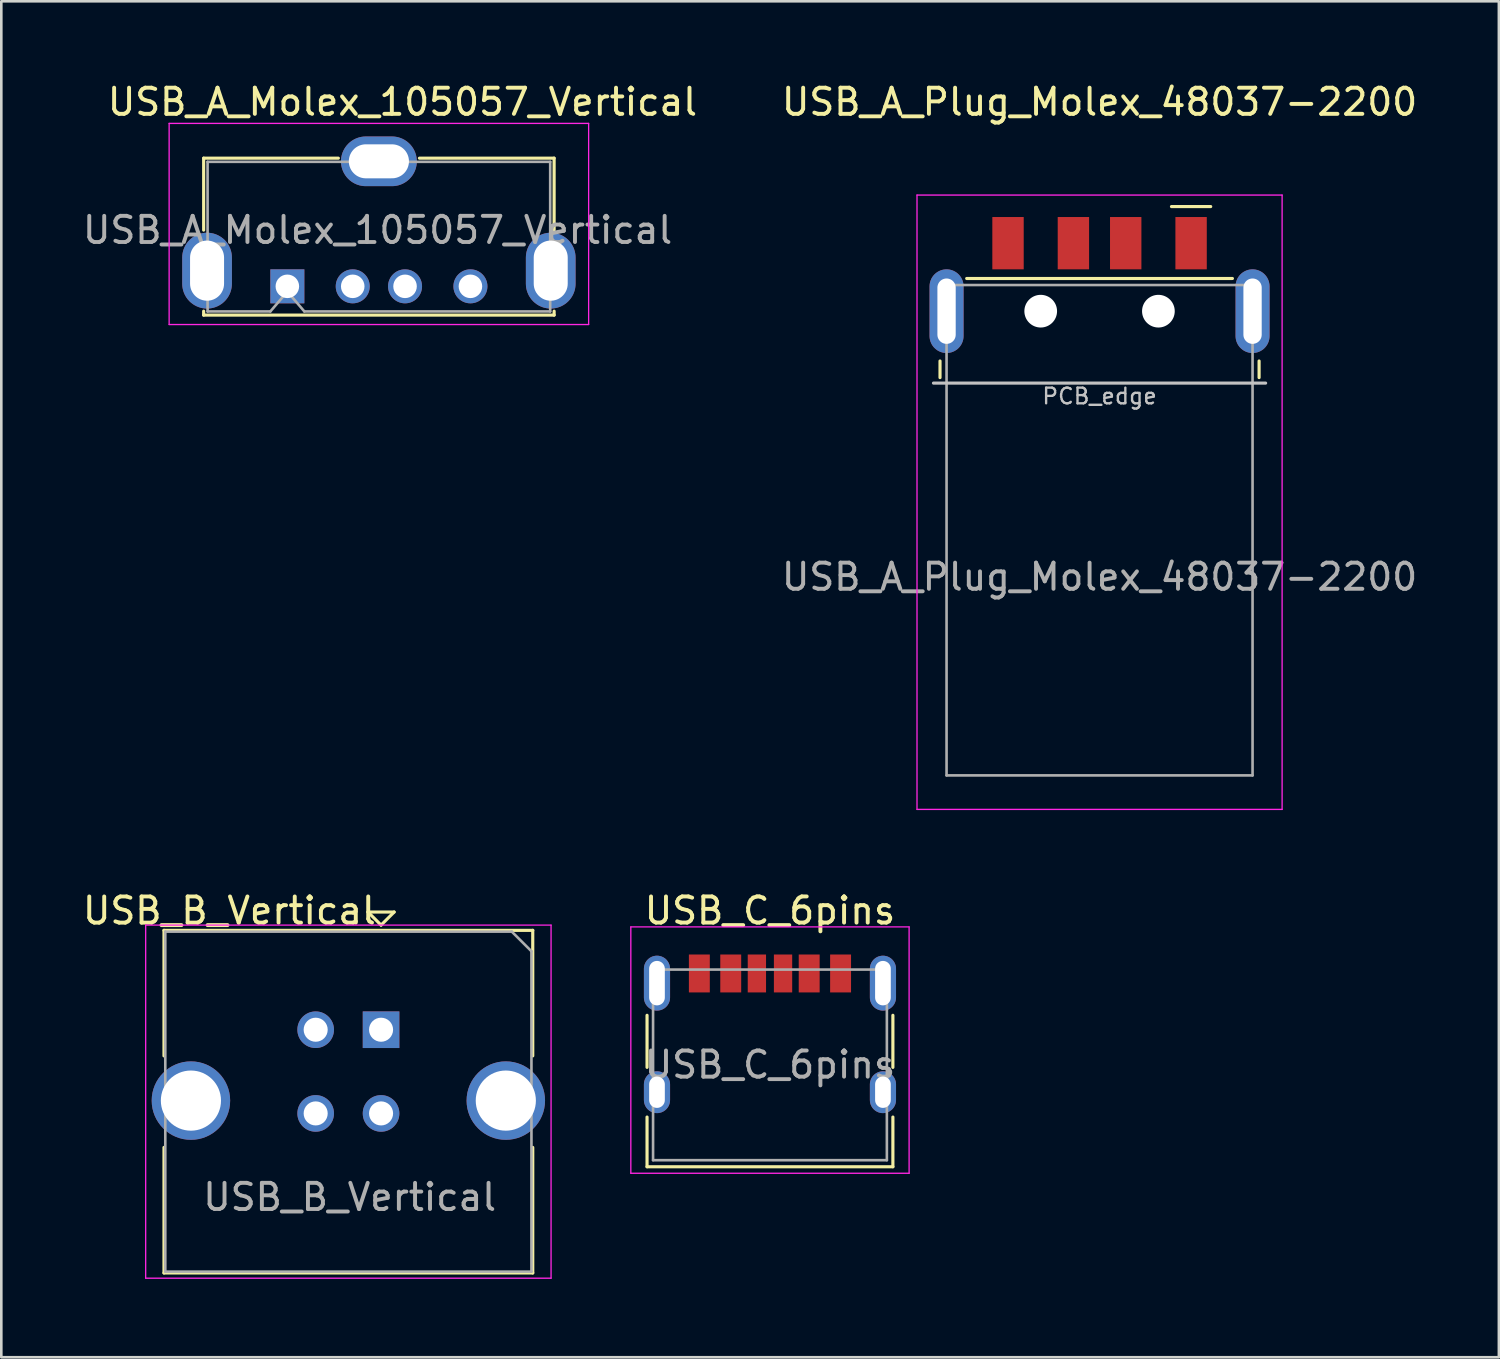
<source format=kicad_pcb>
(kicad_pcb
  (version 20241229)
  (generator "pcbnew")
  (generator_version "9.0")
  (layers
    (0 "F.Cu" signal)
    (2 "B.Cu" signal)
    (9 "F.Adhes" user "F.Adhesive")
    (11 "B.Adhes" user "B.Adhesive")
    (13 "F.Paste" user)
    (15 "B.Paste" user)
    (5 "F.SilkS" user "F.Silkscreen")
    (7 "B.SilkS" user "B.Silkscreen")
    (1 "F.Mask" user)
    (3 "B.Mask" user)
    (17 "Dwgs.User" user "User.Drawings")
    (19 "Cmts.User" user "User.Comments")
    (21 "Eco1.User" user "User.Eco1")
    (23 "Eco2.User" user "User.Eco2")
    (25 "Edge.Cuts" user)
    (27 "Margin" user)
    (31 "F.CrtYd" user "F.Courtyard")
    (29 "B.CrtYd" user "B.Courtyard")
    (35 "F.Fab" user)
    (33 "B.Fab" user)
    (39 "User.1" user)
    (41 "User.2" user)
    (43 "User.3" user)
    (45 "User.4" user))
  (footprint "USB_A_Plug_Molex_48037-2200"
    (layer "F.Cu")
    (at 38.992 7.848)
    (property "Reference" "USB_A_Plug_Molex_48037-2200" (at 0 -7 0) (layer "F.SilkS") (effects (font (size 1 1) (thickness 0.15))))
    (attr smd)
    (fp_line (start -6.1 2.905) (end -6.1 3.54) (stroke (width 0.12) (type solid)) (layer "F.SilkS"))
    (fp_line (start 2.75 -3) (end 4.25 -3) (stroke (width 0.12) (type solid)) (layer "F.SilkS"))
    (fp_line (start 5.08 -0.25) (end -5.08 -0.25) (stroke (width 0.12) (type solid)) (layer "F.SilkS"))
    (fp_line (start 6.1 2.905) (end 6.1 3.54) (stroke (width 0.12) (type solid)) (layer "F.SilkS"))
    (fp_line (start -6.35 3.75) (end 6.35 3.75) (stroke (width 0.12) (type solid)) (layer "Dwgs.User"))
    (fp_line (start -6.98 -3.44) (end 6.98 -3.44) (stroke (width 0.05) (type solid)) (layer "F.CrtYd"))
    (fp_line (start -6.98 20.05) (end -6.98 -3.44) (stroke (width 0.05) (type solid)) (layer "F.CrtYd"))
    (fp_line (start 6.98 -3.44) (end 6.98 20.05) (stroke (width 0.05) (type solid)) (layer "F.CrtYd"))
    (fp_line (start 6.98 20.05) (end -6.98 20.05) (stroke (width 0.05) (type solid)) (layer "F.CrtYd"))
    (fp_line (start -5.85 0) (end -5.85 18.75) (stroke (width 0.1) (type solid)) (layer "F.Fab"))
    (fp_line (start -5.85 0) (end 5.85 0) (stroke (width 0.1) (type solid)) (layer "F.Fab"))
    (fp_line (start -5.85 18.75) (end 5.85 18.75) (stroke (width 0.1) (type solid)) (layer "F.Fab"))
    (fp_line (start 5.85 0) (end 5.85 18.75) (stroke (width 0.1) (type solid)) (layer "F.Fab"))
    (fp_text user "PCB_edge" (at 0 4.25 0) (layer "Dwgs.User") (effects (font (size 0.6 0.6) (thickness 0.09))))
    (fp_text user "${REFERENCE}" (at 0 11.16 0) (layer "F.Fab") (effects (font (size 1 1) (thickness 0.15))))
    (pad "" np_thru_hole circle (at -2.25 1) (size 1.25 1.25) (drill 1.25) (layers "*.Cu" "*.Mask"))
    (pad "" np_thru_hole circle (at 2.25 1) (size 1.25 1.25) (drill 1.25) (layers "*.Cu" "*.Mask"))
    (pad "1" smd rect (at 3.5 -1.6) (size 1.2 2) (layers "F.Cu" "F.Mask" "F.Paste"))
    (pad "2" smd rect (at 1 -1.6) (size 1.2 2) (layers "F.Cu" "F.Mask" "F.Paste"))
    (pad "3" smd rect (at -1 -1.6) (size 1.2 2) (layers "F.Cu" "F.Mask" "F.Paste"))
    (pad "4" smd rect (at -3.5 -1.6) (size 1.2 2) (layers "F.Cu" "F.Mask" "F.Paste"))
    (pad "5" thru_hole oval (at -5.85 1) (size 1.3 3.2) (drill oval 0.7 2.5) (layers "*.Cu" "*.Mask"))
    (pad "5" thru_hole oval (at 5.85 1) (size 1.3 3.2) (drill oval 0.7 2.5) (layers "*.Cu" "*.Mask")))
  (footprint "USB_A_Molex_105057_Vertical"
    (layer "F.Cu")
    (at 7.937 7.898)
    (property "Reference" "USB_A_Molex_105057_Vertical" (at 4.4 -7.05 0) (layer "F.SilkS") (effects (font (size 1 1) (thickness 0.15))))
    (attr through_hole)
    (fp_line (start -3.2 -4.9) (end -3.2 -2.15) (stroke (width 0.12) (type solid)) (layer "F.SilkS"))
    (fp_line (start -3.2 -4.9) (end 1.95 -4.9) (stroke (width 0.12) (type solid)) (layer "F.SilkS"))
    (fp_line (start -3.2 1.1) (end -3.2 0.95) (stroke (width 0.12) (type solid)) (layer "F.SilkS"))
    (fp_line (start 10.2 -4.9) (end 5.05 -4.9) (stroke (width 0.12) (type solid)) (layer "F.SilkS"))
    (fp_line (start 10.2 -4.9) (end 10.2 -2.15) (stroke (width 0.12) (type solid)) (layer "F.SilkS"))
    (fp_line (start 10.2 1.1) (end -3.2 1.1) (stroke (width 0.12) (type solid)) (layer "F.SilkS"))
    (fp_line (start 10.2 1.1) (end 10.2 0.95) (stroke (width 0.12) (type solid)) (layer "F.SilkS"))
    (fp_line (start -4.52 -6.23) (end 11.52 -6.23) (stroke (width 0.05) (type solid)) (layer "F.CrtYd"))
    (fp_line (start -4.52 1.46) (end -4.52 -6.23) (stroke (width 0.05) (type solid)) (layer "F.CrtYd"))
    (fp_line (start 11.52 -6.23) (end 11.52 1.46) (stroke (width 0.05) (type solid)) (layer "F.CrtYd"))
    (fp_line (start 11.52 1.46) (end -4.52 1.46) (stroke (width 0.05) (type solid)) (layer "F.CrtYd"))
    (fp_line (start -3.05 -4.76) (end 10.05 -4.76) (stroke (width 0.1) (type solid)) (layer "F.Fab"))
    (fp_line (start -3.05 0.96) (end -3.05 -4.76) (stroke (width 0.1) (type solid)) (layer "F.Fab"))
    (fp_line (start -0.65 0.96) (end -3.05 0.96) (stroke (width 0.1) (type solid)) (layer "F.Fab"))
    (fp_line (start -0.65 0.96) (end 0 0.2) (stroke (width 0.1) (type solid)) (layer "F.Fab"))
    (fp_line (start 0 0.2) (end 0.65 0.96) (stroke (width 0.1) (type solid)) (layer "F.Fab"))
    (fp_line (start 10.05 -4.76) (end 10.05 0.96) (stroke (width 0.1) (type solid)) (layer "F.Fab"))
    (fp_line (start 10.05 0.96) (end 0.65 0.96) (stroke (width 0.1) (type solid)) (layer "F.Fab"))
    (fp_text user "${REFERENCE}" (at 3.45 -2.15 0) (layer "F.Fab") (effects (font (size 1 1) (thickness 0.15))))
    (pad "1" thru_hole rect (at 0 0) (size 1.3 1.3) (drill 0.9) (layers "*.Cu" "*.Mask"))
    (pad "2" thru_hole circle (at 2.5 0) (size 1.3 1.3) (drill 0.9) (layers "*.Cu" "*.Mask"))
    (pad "3" thru_hole circle (at 4.5 0) (size 1.3 1.3) (drill 0.9) (layers "*.Cu" "*.Mask"))
    (pad "4" thru_hole circle (at 7 0) (size 1.3 1.3) (drill 0.9) (layers "*.Cu" "*.Mask"))
    (pad "5" thru_hole oval (at -3.07 -0.6 180) (size 1.9 2.9) (drill oval 1.3 2.3) (layers "*.Cu" "*.Mask"))
    (pad "5" thru_hole oval (at 3.5 -4.78 90) (size 1.9 2.9) (drill oval 1.3 2.3) (layers "*.Cu" "*.Mask"))
    (pad "5" thru_hole oval (at 10.07 -0.6) (size 1.9 2.9) (drill oval 1.3 2.3) (layers "*.Cu" "*.Mask")))
  (footprint "USB_B_Vertical"
    (layer "F.Cu")
    (at 11.52 36.322)
    (property "Reference" "USB_B_Vertical" (at -5.8 -4.55 0) (layer "F.SilkS") (effects (font (size 1 1) (thickness 0.15))))
    (attr through_hole)
    (fp_line (start -8.3 -3.8) (end 5.8 -3.8) (stroke (width 0.12) (type solid)) (layer "F.SilkS"))
    (fp_line (start -8.3 1) (end -8.3 -3.8) (stroke (width 0.12) (type solid)) (layer "F.SilkS"))
    (fp_line (start -8.3 9.3) (end -8.3 4.5) (stroke (width 0.12) (type solid)) (layer "F.SilkS"))
    (fp_line (start -0.5 -4.5) (end 0 -4) (stroke (width 0.12) (type solid)) (layer "F.SilkS"))
    (fp_line (start 0 -4) (end 0.5 -4.5) (stroke (width 0.12) (type solid)) (layer "F.SilkS"))
    (fp_line (start 0.5 -4.5) (end -0.5 -4.5) (stroke (width 0.12) (type solid)) (layer "F.SilkS"))
    (fp_line (start 5.8 -3.8) (end 5.8 1) (stroke (width 0.12) (type solid)) (layer "F.SilkS"))
    (fp_line (start 5.8 4.5) (end 5.8 9.3) (stroke (width 0.12) (type solid)) (layer "F.SilkS"))
    (fp_line (start 5.8 9.3) (end -8.3 9.3) (stroke (width 0.12) (type solid)) (layer "F.SilkS"))
    (fp_line (start -9 -4) (end -9 9.5) (stroke (width 0.05) (type solid)) (layer "F.CrtYd"))
    (fp_line (start -9 -4) (end 6.5 -4) (stroke (width 0.05) (type solid)) (layer "F.CrtYd"))
    (fp_line (start 6.5 9.5) (end -9 9.5) (stroke (width 0.05) (type solid)) (layer "F.CrtYd"))
    (fp_line (start 6.5 9.5) (end 6.5 -4) (stroke (width 0.05) (type solid)) (layer "F.CrtYd"))
    (fp_line (start -8.25 -3.75) (end 5 -3.75) (stroke (width 0.1) (type solid)) (layer "F.Fab"))
    (fp_line (start -8.25 9.25) (end -8.25 -3.75) (stroke (width 0.1) (type solid)) (layer "F.Fab"))
    (fp_line (start 5 -3.75) (end 5.75 -3) (stroke (width 0.1) (type solid)) (layer "F.Fab"))
    (fp_line (start 5.75 -3) (end 5.75 9.25) (stroke (width 0.1) (type solid)) (layer "F.Fab"))
    (fp_line (start 5.75 9.25) (end -8.25 9.25) (stroke (width 0.1) (type solid)) (layer "F.Fab"))
    (fp_text user "${REFERENCE}" (at -1.2 6.4 0) (layer "F.Fab") (effects (font (size 1 1) (thickness 0.15))))
    (pad "1" thru_hole rect (at 0 0) (size 1.4 1.4) (drill 0.92) (layers "*.Cu" "*.Mask"))
    (pad "2" thru_hole circle (at -2.5 0) (size 1.4 1.4) (drill 0.92) (layers "*.Cu" "*.Mask"))
    (pad "3" thru_hole circle (at -2.5 3.2) (size 1.4 1.4) (drill 0.92) (layers "*.Cu" "*.Mask"))
    (pad "4" thru_hole circle (at 0 3.2) (size 1.4 1.4) (drill 0.92) (layers "*.Cu" "*.Mask"))
    (pad "5" thru_hole circle (at -7.27 2.71) (size 3 3) (drill 2.3) (layers "*.Cu" "*.Mask"))
    (pad "5" thru_hole circle (at 4.77 2.71) (size 3 3) (drill 2.3) (layers "*.Cu" "*.Mask")))
  (footprint "USB_C_6pins"
    (layer "F.Cu")
    (at 26.39 36.481)
    (property "Reference" "USB_C_6pins" (at 0 -4.71 0) (layer "F.SilkS") (effects (font (size 1 1) (thickness 0.15))))
    (attr smd)
    (fp_line (start -4.7 -0.71) (end -4.7 1.28) (stroke (width 0.12) (type solid)) (layer "F.SilkS"))
    (fp_line (start -4.7 3.18) (end -4.7 5.08) (stroke (width 0.12) (type solid)) (layer "F.SilkS"))
    (fp_line (start -4.7 5.08) (end 4.7 5.08) (stroke (width 0.12) (type solid)) (layer "F.SilkS"))
    (fp_line (start 4.7 -0.71) (end 4.7 1.28) (stroke (width 0.12) (type solid)) (layer "F.SilkS"))
    (fp_line (start 4.7 3.18) (end 4.7 5.08) (stroke (width 0.12) (type solid)) (layer "F.SilkS"))
    (fp_line (start -5.32 -4.09) (end -5.32 5.33) (stroke (width 0.05) (type solid)) (layer "F.CrtYd"))
    (fp_line (start -5.32 -4.09) (end 5.32 -4.09) (stroke (width 0.05) (type solid)) (layer "F.CrtYd"))
    (fp_line (start -5.32 5.33) (end 5.32 5.33) (stroke (width 0.05) (type solid)) (layer "F.CrtYd"))
    (fp_line (start 5.32 -4.09) (end 5.32 5.33) (stroke (width 0.05) (type solid)) (layer "F.CrtYd"))
    (fp_line (start -4.47 -2.46) (end -4.47 4.83) (stroke (width 0.1) (type solid)) (layer "F.Fab"))
    (fp_line (start -4.47 -2.46) (end 4.47 -2.46) (stroke (width 0.1) (type solid)) (layer "F.Fab"))
    (fp_line (start -4.47 4.83) (end 4.47 4.83) (stroke (width 0.1) (type solid)) (layer "F.Fab"))
    (fp_line (start 4.47 -2.46) (end 4.47 4.83) (stroke (width 0.1) (type solid)) (layer "F.Fab"))
    (fp_text user "${REFERENCE}" (at 0 1.18 0) (layer "F.Fab") (effects (font (size 1 1) (thickness 0.15))))
    (pad "A5" smd rect (at -0.5 -2.31) (size 0.7 1.45) (layers "F.Cu" "F.Mask" "F.Paste"))
    (pad "A9" smd rect (at 1.5 -2.31) (size 0.8 1.45) (layers "F.Cu" "F.Mask" "F.Paste"))
    (pad "A12" smd rect (at 2.7 -2.31) (size 0.8 1.45) (layers "F.Cu" "F.Mask" "F.Paste"))
    (pad "B5" smd rect (at 0.5 -2.31) (size 0.7 1.45) (layers "F.Cu" "F.Mask" "F.Paste"))
    (pad "B9" smd rect (at -1.5 -2.31) (size 0.8 1.45) (layers "F.Cu" "F.Mask" "F.Paste"))
    (pad "B12" smd rect (at -2.7 -2.31) (size 0.8 1.45) (layers "F.Cu" "F.Mask" "F.Paste"))
    (pad "S1" thru_hole oval (at -4.32 -1.94) (size 1 2.1) (drill oval 0.6 1.7) (layers "*.Cu" "*.Mask"))
    (pad "S1" thru_hole oval (at -4.32 2.23) (size 1 1.6) (drill oval 0.6 1.2) (layers "*.Cu" "*.Mask"))
    (pad "S1" thru_hole oval (at 4.32 -1.94) (size 1 2.1) (drill oval 0.6 1.7) (layers "*.Cu" "*.Mask"))
    (pad "S1" thru_hole oval (at 4.32 2.23) (size 1 1.6) (drill oval 0.6 1.2) (layers "*.Cu" "*.Mask")))
  (gr_rect
    (start -3 -3)
    (end 54.26 48.846)
    (stroke (width 0.1) (type default))
    (fill no)
    (layer "Edge.Cuts")))
</source>
